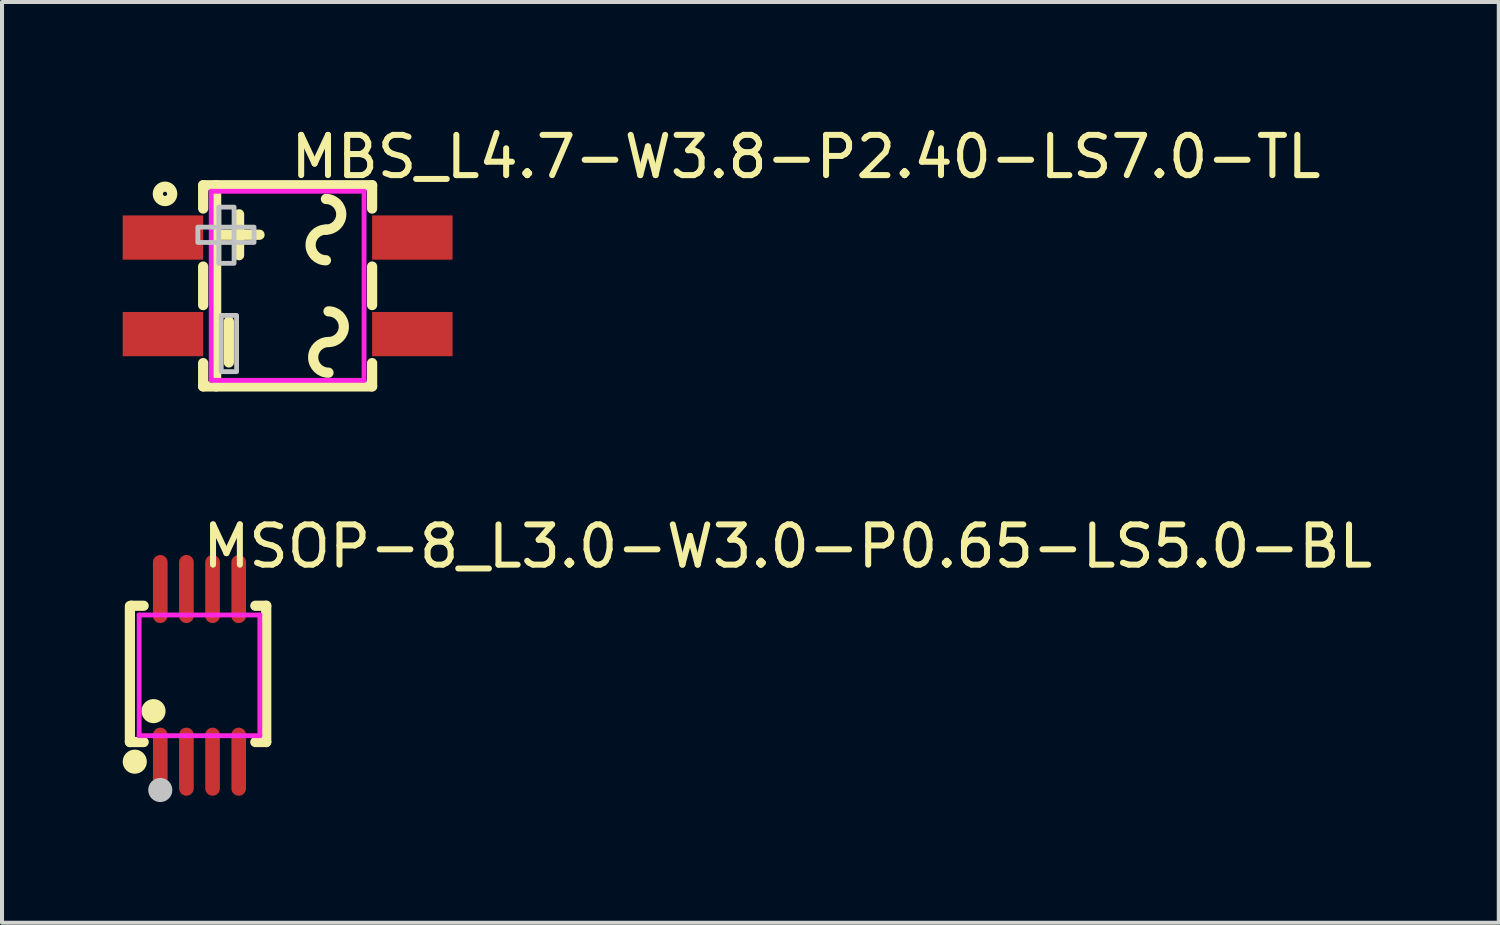
<source format=kicad_pcb>
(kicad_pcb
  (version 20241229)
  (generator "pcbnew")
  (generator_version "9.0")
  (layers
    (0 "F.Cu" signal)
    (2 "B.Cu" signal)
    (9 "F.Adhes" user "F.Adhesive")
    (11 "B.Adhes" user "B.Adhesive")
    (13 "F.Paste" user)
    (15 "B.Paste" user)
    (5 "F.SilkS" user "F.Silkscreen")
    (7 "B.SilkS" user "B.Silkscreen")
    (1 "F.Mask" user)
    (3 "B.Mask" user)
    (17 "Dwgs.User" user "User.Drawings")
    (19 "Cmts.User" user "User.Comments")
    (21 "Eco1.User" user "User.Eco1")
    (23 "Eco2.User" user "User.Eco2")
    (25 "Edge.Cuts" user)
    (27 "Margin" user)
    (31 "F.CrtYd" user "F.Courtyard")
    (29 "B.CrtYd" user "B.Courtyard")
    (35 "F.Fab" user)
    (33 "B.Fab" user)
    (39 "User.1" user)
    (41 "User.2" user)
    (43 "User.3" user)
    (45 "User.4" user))
  (footprint "MSOP-8_L3.0-W3.0-P0.65-LS5.0-BL"
    (layer "F.Cu")
    (at 1.909 13.738)
    (property "Reference" "MSOP-8_L3.0-W3.0-P0.65-LS5.0-BL" (at 0 -3.207 0) (layer "F.SilkS") (effects (font (size 1 1) (thickness 0.15)) (justify left)))
    (attr through_hole)
    (fp_line (start -1.73 -1.724) (end -1.73 1.652) (stroke (width 0.254) (type solid)) (layer "F.SilkS"))
    (fp_line (start -1.73 1.652) (end -1.723 1.658) (stroke (width 0.254) (type solid)) (layer "F.SilkS"))
    (fp_line (start -1.723 1.658) (end -1.388 1.658) (stroke (width 0.254) (type solid)) (layer "F.SilkS"))
    (fp_line (start -1.697 -1.73) (end -1.717 -1.71) (stroke (width 0.254) (type solid)) (layer "F.SilkS"))
    (fp_line (start -1.388 -1.73) (end -1.697 -1.73) (stroke (width 0.254) (type solid)) (layer "F.SilkS"))
    (fp_line (start 1.388 1.658) (end 1.659 1.658) (stroke (width 0.254) (type solid)) (layer "F.SilkS"))
    (fp_line (start 1.659 -1.73) (end 1.388 -1.73) (stroke (width 0.254) (type solid)) (layer "F.SilkS"))
    (fp_line (start 1.659 1.658) (end 1.659 -1.73) (stroke (width 0.254) (type solid)) (layer "F.SilkS"))
    (fp_circle (center -1.609 2.146) (end -1.459 2.146) (stroke (width 0.3) (type solid)) (fill no) (layer "F.SilkS"))
    (fp_circle (center -1.143 0.889) (end -0.993 0.889) (stroke (width 0.3) (type solid)) (fill no) (layer "F.SilkS"))
    (fp_circle (center -0.975 2.85) (end -0.825 2.85) (stroke (width 0.3) (type solid)) (fill no) (layer "Dwgs.User"))
    (fp_line (start -1.13 -1.86) (end -1.13 -1.49) (stroke (width 0.12) (type solid)) (layer "Eco2.User"))
    (fp_line (start -1.13 -1.49) (end -0.82 -1.49) (stroke (width 0.12) (type solid)) (layer "Eco2.User"))
    (fp_line (start -1.13 1.49) (end -0.82 1.49) (stroke (width 0.12) (type solid)) (layer "Eco2.User"))
    (fp_line (start -1.13 1.86) (end -1.13 1.49) (stroke (width 0.12) (type solid)) (layer "Eco2.User"))
    (fp_line (start -0.82 -1.86) (end -1.13 -1.86) (stroke (width 0.12) (type solid)) (layer "Eco2.User"))
    (fp_line (start -0.82 -1.49) (end -0.82 -1.86) (stroke (width 0.12) (type solid)) (layer "Eco2.User"))
    (fp_line (start -0.82 1.49) (end -0.82 1.86) (stroke (width 0.12) (type solid)) (layer "Eco2.User"))
    (fp_line (start -0.82 1.86) (end -1.13 1.86) (stroke (width 0.12) (type solid)) (layer "Eco2.User"))
    (fp_line (start -0.48 -1.86) (end -0.48 -1.49) (stroke (width 0.12) (type solid)) (layer "Eco2.User"))
    (fp_line (start -0.48 -1.49) (end -0.17 -1.49) (stroke (width 0.12) (type solid)) (layer "Eco2.User"))
    (fp_line (start -0.48 1.49) (end -0.17 1.49) (stroke (width 0.12) (type solid)) (layer "Eco2.User"))
    (fp_line (start -0.48 1.86) (end -0.48 1.49) (stroke (width 0.12) (type solid)) (layer "Eco2.User"))
    (fp_line (start -0.17 -1.86) (end -0.48 -1.86) (stroke (width 0.12) (type solid)) (layer "Eco2.User"))
    (fp_line (start -0.17 -1.49) (end -0.17 -1.86) (stroke (width 0.12) (type solid)) (layer "Eco2.User"))
    (fp_line (start -0.17 1.49) (end -0.17 1.86) (stroke (width 0.12) (type solid)) (layer "Eco2.User"))
    (fp_line (start -0.17 1.86) (end -0.48 1.86) (stroke (width 0.12) (type solid)) (layer "Eco2.User"))
    (fp_line (start 0.17 -1.86) (end 0.17 -1.49) (stroke (width 0.12) (type solid)) (layer "Eco2.User"))
    (fp_line (start 0.17 -1.49) (end 0.48 -1.49) (stroke (width 0.12) (type solid)) (layer "Eco2.User"))
    (fp_line (start 0.17 1.49) (end 0.48 1.49) (stroke (width 0.12) (type solid)) (layer "Eco2.User"))
    (fp_line (start 0.17 1.86) (end 0.17 1.49) (stroke (width 0.12) (type solid)) (layer "Eco2.User"))
    (fp_line (start 0.48 -1.86) (end 0.17 -1.86) (stroke (width 0.12) (type solid)) (layer "Eco2.User"))
    (fp_line (start 0.48 -1.49) (end 0.48 -1.86) (stroke (width 0.12) (type solid)) (layer "Eco2.User"))
    (fp_line (start 0.48 1.49) (end 0.48 1.86) (stroke (width 0.12) (type solid)) (layer "Eco2.User"))
    (fp_line (start 0.48 1.86) (end 0.17 1.86) (stroke (width 0.12) (type solid)) (layer "Eco2.User"))
    (fp_line (start 0.82 -1.86) (end 0.82 -1.49) (stroke (width 0.12) (type solid)) (layer "Eco2.User"))
    (fp_line (start 0.82 -1.49) (end 1.13 -1.49) (stroke (width 0.12) (type solid)) (layer "Eco2.User"))
    (fp_line (start 0.82 1.49) (end 1.13 1.49) (stroke (width 0.12) (type solid)) (layer "Eco2.User"))
    (fp_line (start 0.82 1.86) (end 0.82 1.49) (stroke (width 0.12) (type solid)) (layer "Eco2.User"))
    (fp_line (start 1.13 -1.86) (end 0.82 -1.86) (stroke (width 0.12) (type solid)) (layer "Eco2.User"))
    (fp_line (start 1.13 -1.49) (end 1.13 -1.86) (stroke (width 0.12) (type solid)) (layer "Eco2.User"))
    (fp_line (start 1.13 1.49) (end 1.13 1.86) (stroke (width 0.12) (type solid)) (layer "Eco2.User"))
    (fp_line (start 1.13 1.86) (end 0.82 1.86) (stroke (width 0.12) (type solid)) (layer "Eco2.User"))
    (fp_circle (center -1.5 2.45) (end -1.47 2.45) (stroke (width 0.06) (type solid)) (fill no) (layer "Eco2.User"))
    (fp_poly (pts (xy -1.13 -2.45) (xy -1.13 -1.85) (xy -0.82 -1.85) (xy -0.82 -2.45)) (stroke (width 0.12) (type solid)) (fill no) (layer "Eco2.User"))
    (fp_poly (pts (xy -1.13 2.45) (xy -1.13 1.85) (xy -0.82 1.85) (xy -0.82 2.45)) (stroke (width 0.12) (type solid)) (fill no) (layer "Eco2.User"))
    (fp_poly (pts (xy -0.48 -2.45) (xy -0.48 -1.85) (xy -0.17 -1.85) (xy -0.17 -2.45)) (stroke (width 0.12) (type solid)) (fill no) (layer "Eco2.User"))
    (fp_poly (pts (xy -0.48 2.45) (xy -0.48 1.85) (xy -0.17 1.85) (xy -0.17 2.45)) (stroke (width 0.12) (type solid)) (fill no) (layer "Eco2.User"))
    (fp_poly (pts (xy 0.17 -2.45) (xy 0.17 -1.85) (xy 0.48 -1.85) (xy 0.48 -2.45)) (stroke (width 0.12) (type solid)) (fill no) (layer "Eco2.User"))
    (fp_poly (pts (xy 0.17 2.45) (xy 0.17 1.85) (xy 0.48 1.85) (xy 0.48 2.45)) (stroke (width 0.12) (type solid)) (fill no) (layer "Eco2.User"))
    (fp_poly (pts (xy 0.82 -2.45) (xy 0.82 -1.85) (xy 1.13 -1.85) (xy 1.13 -2.45)) (stroke (width 0.12) (type solid)) (fill no) (layer "Eco2.User"))
    (fp_poly (pts (xy 0.82 2.45) (xy 0.82 1.85) (xy 1.13 1.85) (xy 1.13 2.45)) (stroke (width 0.12) (type solid)) (fill no) (layer "Eco2.User"))
    (fp_line (start -1.5 -1.5) (end 1.5 -1.5) (stroke (width 0.12) (type solid)) (layer "F.CrtYd"))
    (fp_line (start -1.5 1.5) (end -1.5 -1.5) (stroke (width 0.12) (type solid)) (layer "F.CrtYd"))
    (fp_line (start 1.5 -1.5) (end 1.5 1.5) (stroke (width 0.12) (type solid)) (layer "F.CrtYd"))
    (fp_line (start 1.5 1.5) (end -1.5 1.5) (stroke (width 0.12) (type solid)) (layer "F.CrtYd"))
    (pad "1" smd oval (at -0.975 2.146) (size 0.364 1.692) (layers "F.Cu" "F.Mask" "F.Paste"))
    (pad "2" smd oval (at -0.325 2.146) (size 0.364 1.692) (layers "F.Cu" "F.Mask" "F.Paste"))
    (pad "3" smd oval (at 0.325 2.146) (size 0.364 1.692) (layers "F.Cu" "F.Mask" "F.Paste"))
    (pad "4" smd oval (at 0.975 2.146) (size 0.364 1.692) (layers "F.Cu" "F.Mask" "F.Paste"))
    (pad "5" smd oval (at 0.975 -2.146) (size 0.364 1.692) (layers "F.Cu" "F.Mask" "F.Paste"))
    (pad "6" smd oval (at 0.325 -2.146) (size 0.364 1.692) (layers "F.Cu" "F.Mask" "F.Paste"))
    (pad "7" smd oval (at -0.325 -2.146) (size 0.364 1.692) (layers "F.Cu" "F.Mask" "F.Paste"))
    (pad "8" smd oval (at -0.975 -2.146) (size 0.364 1.692) (layers "F.Cu" "F.Mask" "F.Paste")))
  (footprint "MBS_L4.7-W3.8-P2.40-LS7.0-TL"
    (layer "F.Cu")
    (at 4.1 4.055)
    (property "Reference" "MBS_L4.7-W3.8-P2.40-LS7.0-TL" (at 0 -3.207 0) (layer "F.SilkS") (effects (font (size 1 1) (thickness 0.15)) (justify left)))
    (attr through_hole)
    (fp_line (start -2.1 -2.5) (end -2.1 -1.921) (stroke (width 0.254) (type solid)) (layer "F.SilkS"))
    (fp_line (start -2.1 -0.479) (end -2.1 0.479) (stroke (width 0.254) (type solid)) (layer "F.SilkS"))
    (fp_line (start -2.1 1.921) (end -2.1 2.5) (stroke (width 0.254) (type solid)) (layer "F.SilkS"))
    (fp_line (start -1.777 -2.5) (end -1.777 2.5) (stroke (width 0.254) (type solid)) (layer "F.SilkS"))
    (fp_line (start -1.715 -1.27) (end -0.699 -1.27) (stroke (width 0.254) (type solid)) (layer "F.SilkS"))
    (fp_line (start -1.461 1.905) (end -1.461 0.889) (stroke (width 0.254) (type solid)) (layer "F.SilkS"))
    (fp_line (start -1.207 -0.762) (end -1.207 -1.778) (stroke (width 0.254) (type solid)) (layer "F.SilkS"))
    (fp_line (start 2.1 -2.5) (end -2.1 -2.5) (stroke (width 0.254) (type solid)) (layer "F.SilkS"))
    (fp_line (start 2.1 -2.5) (end 2.1 -1.921) (stroke (width 0.254) (type solid)) (layer "F.SilkS"))
    (fp_line (start 2.1 -0.479) (end 2.1 0.479) (stroke (width 0.254) (type solid)) (layer "F.SilkS"))
    (fp_line (start 2.1 1.921) (end 2.1 2.5) (stroke (width 0.254) (type solid)) (layer "F.SilkS"))
    (fp_line (start 2.1 2.5) (end -2.1 2.5) (stroke (width 0.254) (type solid)) (layer "F.SilkS"))
    (fp_arc (start 0.952 -2.159) (mid 1.333 -1.778) (end 0.952 -1.397) (stroke (width 0.254) (type solid)) (layer "F.SilkS"))
    (fp_arc (start 0.952 -0.635) (mid 0.571 -1.016) (end 0.952 -1.397) (stroke (width 0.254) (type solid)) (layer "F.SilkS"))
    (fp_arc (start 1.016 0.635) (mid 1.397 1.016) (end 1.016 1.397) (stroke (width 0.254) (type solid)) (layer "F.SilkS"))
    (fp_arc (start 1.016 2.159) (mid 0.635 1.778) (end 1.016 1.397) (stroke (width 0.254) (type solid)) (layer "F.SilkS"))
    (fp_circle (center -3.048 -2.286) (end -2.869 -2.286) (stroke (width 0.254) (type solid)) (fill no) (layer "F.SilkS"))
    (fp_poly (pts (xy -2.232 -1.078) (xy -2.232 -1.459) (xy -0.835 -1.459) (xy -0.835 -1.078)) (stroke (width 0.12) (type solid)) (fill no) (layer "Dwgs.User"))
    (fp_poly (pts (xy -1.331 -0.559) (xy -1.712 -0.559) (xy -1.712 -1.956) (xy -1.331 -1.956)) (stroke (width 0.12) (type solid)) (fill no) (layer "Dwgs.User"))
    (fp_poly (pts (xy -1.269 2.133) (xy -1.65 2.133) (xy -1.65 0.736) (xy -1.269 0.736)) (stroke (width 0.12) (type solid)) (fill no) (layer "Dwgs.User"))
    (fp_line (start -2.61 -1.55) (end -1.89 -1.55) (stroke (width 0.12) (type solid)) (layer "Eco2.User"))
    (fp_line (start -2.61 -0.85) (end -2.61 -1.55) (stroke (width 0.12) (type solid)) (layer "Eco2.User"))
    (fp_line (start -2.61 0.85) (end -1.89 0.85) (stroke (width 0.12) (type solid)) (layer "Eco2.User"))
    (fp_line (start -2.61 1.55) (end -2.61 0.85) (stroke (width 0.12) (type solid)) (layer "Eco2.User"))
    (fp_line (start -1.89 -1.55) (end -1.89 -0.85) (stroke (width 0.12) (type solid)) (layer "Eco2.User"))
    (fp_line (start -1.89 -0.85) (end -2.61 -0.85) (stroke (width 0.12) (type solid)) (layer "Eco2.User"))
    (fp_line (start -1.89 0.85) (end -1.89 1.55) (stroke (width 0.12) (type solid)) (layer "Eco2.User"))
    (fp_line (start -1.89 1.55) (end -2.61 1.55) (stroke (width 0.12) (type solid)) (layer "Eco2.User"))
    (fp_line (start 1.89 -1.55) (end 2.61 -1.55) (stroke (width 0.12) (type solid)) (layer "Eco2.User"))
    (fp_line (start 1.89 -0.85) (end 1.89 -1.55) (stroke (width 0.12) (type solid)) (layer "Eco2.User"))
    (fp_line (start 1.89 0.85) (end 2.61 0.85) (stroke (width 0.12) (type solid)) (layer "Eco2.User"))
    (fp_line (start 1.89 1.55) (end 1.89 0.85) (stroke (width 0.12) (type solid)) (layer "Eco2.User"))
    (fp_line (start 2.61 -1.55) (end 2.61 -0.85) (stroke (width 0.12) (type solid)) (layer "Eco2.User"))
    (fp_line (start 2.61 -0.85) (end 1.89 -0.85) (stroke (width 0.12) (type solid)) (layer "Eco2.User"))
    (fp_line (start 2.61 0.85) (end 2.61 1.55) (stroke (width 0.12) (type solid)) (layer "Eco2.User"))
    (fp_line (start 2.61 1.55) (end 1.89 1.55) (stroke (width 0.12) (type solid)) (layer "Eco2.User"))
    (fp_circle (center -3.5 -2.35) (end -3.47 -2.35) (stroke (width 0.06) (type solid)) (fill no) (layer "Eco2.User"))
    (fp_poly (pts (xy -3.5 -0.85) (xy -3.5 -1.55) (xy -2.6 -1.55) (xy -2.6 -0.85)) (stroke (width 0.12) (type solid)) (fill no) (layer "Eco2.User"))
    (fp_poly (pts (xy -3.5 1.55) (xy -3.5 0.85) (xy -2.6 0.85) (xy -2.6 1.55)) (stroke (width 0.12) (type solid)) (fill no) (layer "Eco2.User"))
    (fp_poly (pts (xy 2.6 -0.85) (xy 2.6 -1.55) (xy 3.5 -1.55) (xy 3.5 -0.85)) (stroke (width 0.12) (type solid)) (fill no) (layer "Eco2.User"))
    (fp_poly (pts (xy 2.6 1.55) (xy 2.6 0.85) (xy 3.5 0.85) (xy 3.5 1.55)) (stroke (width 0.12) (type solid)) (fill no) (layer "Eco2.User"))
    (fp_line (start -1.9 -2.35) (end 1.9 -2.35) (stroke (width 0.12) (type solid)) (layer "F.CrtYd"))
    (fp_line (start -1.9 2.35) (end -1.9 -2.35) (stroke (width 0.12) (type solid)) (layer "F.CrtYd"))
    (fp_line (start 1.9 -2.35) (end 1.9 2.35) (stroke (width 0.12) (type solid)) (layer "F.CrtYd"))
    (fp_line (start 1.9 2.35) (end -1.9 2.35) (stroke (width 0.12) (type solid)) (layer "F.CrtYd"))
    (pad "1" smd rect (at -3.1 -1.2) (size 2 1.1) (layers "F.Cu" "F.Mask" "F.Paste"))
    (pad "2" smd rect (at -3.1 1.2) (size 2 1.1) (layers "F.Cu" "F.Mask" "F.Paste"))
    (pad "3" smd rect (at 3.1 1.2) (size 2 1.1) (layers "F.Cu" "F.Mask" "F.Paste"))
    (pad "4" smd rect (at 3.1 -1.2) (size 2 1.1) (layers "F.Cu" "F.Mask" "F.Paste")))
  (gr_rect
    (start -3 -3)
    (end 34.207 19.887)
    (stroke (width 0.1) (type default))
    (fill no)
    (layer "Edge.Cuts")))
</source>
